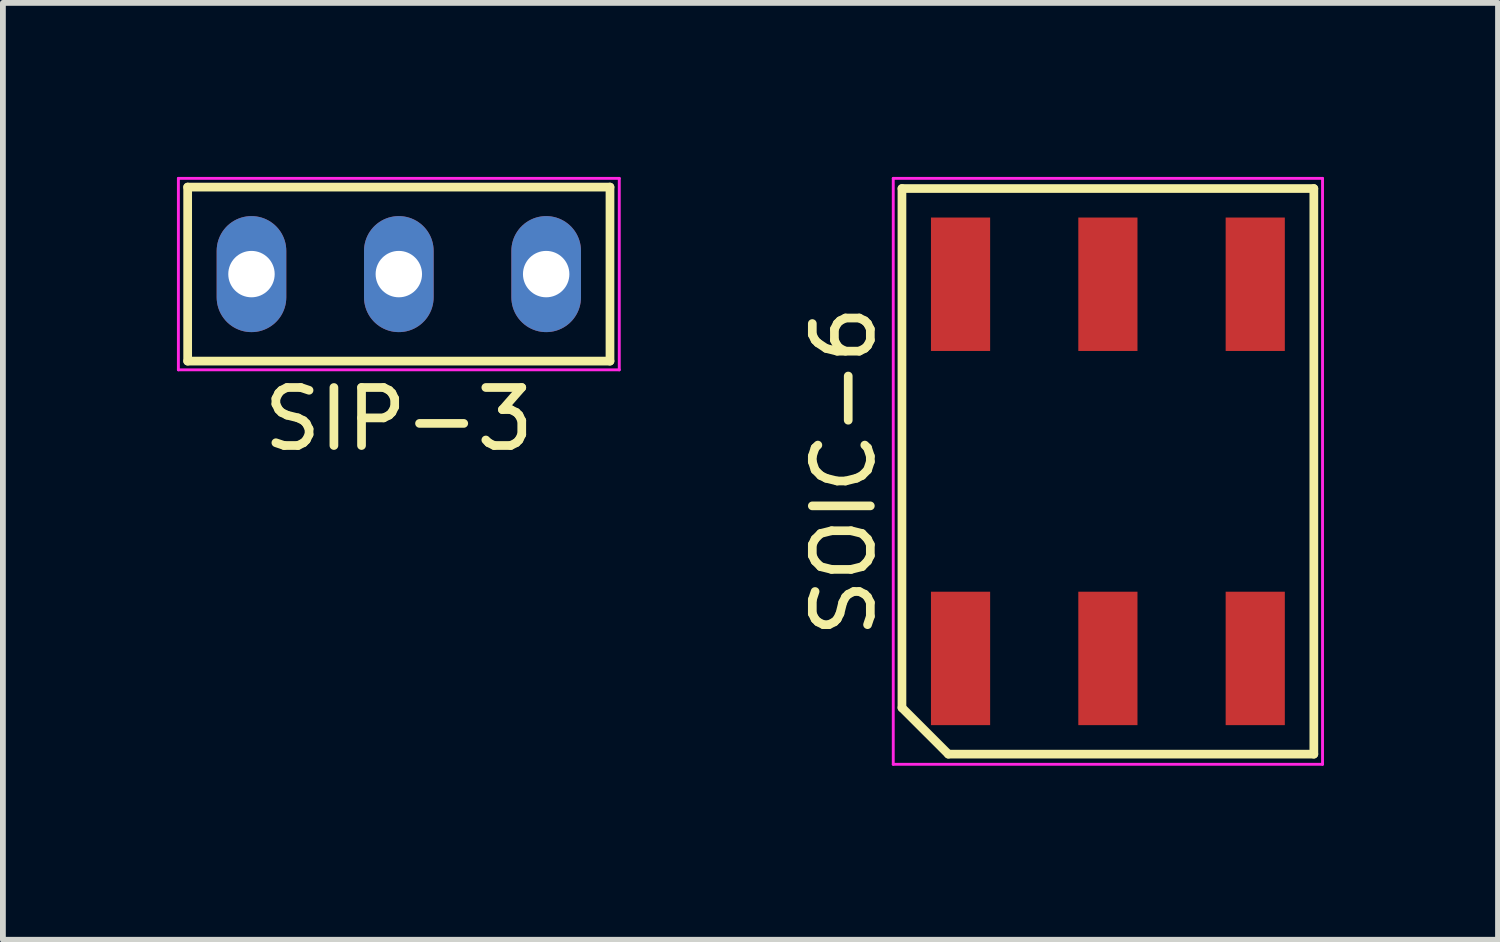
<source format=kicad_pcb>
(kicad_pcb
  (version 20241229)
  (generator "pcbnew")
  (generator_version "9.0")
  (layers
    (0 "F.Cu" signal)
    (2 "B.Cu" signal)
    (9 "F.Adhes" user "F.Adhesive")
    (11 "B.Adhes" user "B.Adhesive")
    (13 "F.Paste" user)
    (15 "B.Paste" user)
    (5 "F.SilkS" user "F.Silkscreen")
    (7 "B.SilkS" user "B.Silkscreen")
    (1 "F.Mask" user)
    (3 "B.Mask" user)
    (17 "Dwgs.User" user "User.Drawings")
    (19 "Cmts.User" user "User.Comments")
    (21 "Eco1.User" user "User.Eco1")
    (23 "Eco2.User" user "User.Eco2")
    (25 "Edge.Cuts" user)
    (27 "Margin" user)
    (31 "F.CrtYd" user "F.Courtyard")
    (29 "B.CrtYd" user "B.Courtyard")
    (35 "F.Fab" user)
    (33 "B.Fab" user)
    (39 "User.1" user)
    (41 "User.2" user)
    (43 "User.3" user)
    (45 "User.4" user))
  (footprint "SIP-3"
    (layer "F.Cu")
    (at 3.825 1.675)
    (property "Reference" "SIP-3" (at 0 2.5 0) (layer "F.SilkS") (effects (font (size 1 1) (thickness 0.15))))
    (attr through_hole)
    (fp_line (start -3.64 -1.5) (end 3.64 -1.5) (stroke (width 0.15) (type solid)) (layer "F.SilkS"))
    (fp_line (start -3.64 1.5) (end -3.64 -1.5) (stroke (width 0.15) (type solid)) (layer "F.SilkS"))
    (fp_line (start 3.64 -1.5) (end 3.64 1.5) (stroke (width 0.15) (type solid)) (layer "F.SilkS"))
    (fp_line (start 3.64 1.5) (end -3.64 1.5) (stroke (width 0.15) (type solid)) (layer "F.SilkS"))
    (fp_line (start -3.8 -1.65) (end 3.8 -1.65) (stroke (width 0.05) (type solid)) (layer "F.CrtYd"))
    (fp_line (start -3.8 1.65) (end -3.8 -1.65) (stroke (width 0.05) (type solid)) (layer "F.CrtYd"))
    (fp_line (start 3.8 -1.65) (end 3.8 1.65) (stroke (width 0.05) (type solid)) (layer "F.CrtYd"))
    (fp_line (start 3.8 1.65) (end -3.8 1.65) (stroke (width 0.05) (type solid)) (layer "F.CrtYd"))
    (pad "1" thru_hole oval (at -2.54 0) (size 1.2 2) (drill 0.8) (layers "*.Cu" "*.Mask"))
    (pad "2" thru_hole oval (at 0 0) (size 1.2 2) (drill 0.8) (layers "*.Cu" "*.Mask"))
    (pad "3" thru_hole oval (at 2.54 0) (size 1.2 2) (drill 0.8) (layers "*.Cu" "*.Mask")))
  (footprint "SOIC-6"
    (layer "F.Cu")
    (at 16.048 5.075)
    (property "Reference" "SOIC-6" (at -4.55 0 90) (layer "F.SilkS") (effects (font (size 1 1) (thickness 0.15))))
    (attr smd)
    (fp_line (start -3.55 -4.875) (end 3.55 -4.875) (stroke (width 0.15) (type solid)) (layer "F.SilkS"))
    (fp_line (start -3.55 4.075) (end -3.55 -4.875) (stroke (width 0.15) (type solid)) (layer "F.SilkS"))
    (fp_line (start -2.75 4.875) (end -3.55 4.075) (stroke (width 0.15) (type solid)) (layer "F.SilkS"))
    (fp_line (start 3.55 -4.875) (end 3.55 4.875) (stroke (width 0.15) (type solid)) (layer "F.SilkS"))
    (fp_line (start 3.55 4.875) (end -2.75 4.875) (stroke (width 0.15) (type solid)) (layer "F.SilkS"))
    (fp_line (start -3.7 -5.05) (end 3.7 -5.05) (stroke (width 0.05) (type solid)) (layer "F.CrtYd"))
    (fp_line (start -3.7 5.05) (end -3.7 -5.05) (stroke (width 0.05) (type solid)) (layer "F.CrtYd"))
    (fp_line (start 3.7 -5.05) (end 3.7 5.05) (stroke (width 0.05) (type solid)) (layer "F.CrtYd"))
    (fp_line (start 3.7 5.05) (end -3.7 5.05) (stroke (width 0.05) (type solid)) (layer "F.CrtYd"))
    (pad "1" smd rect (at -2.54 3.225) (size 1.02 2.3) (layers "F.Cu" "F.Mask" "F.Paste"))
    (pad "2" smd rect (at 0 3.225) (size 1.02 2.3) (layers "F.Cu" "F.Mask" "F.Paste"))
    (pad "3" smd rect (at 2.54 3.225) (size 1.02 2.3) (layers "F.Cu" "F.Mask" "F.Paste"))
    (pad "4" smd rect (at 2.54 -3.225) (size 1.02 2.3) (layers "F.Cu" "F.Mask" "F.Paste"))
    (pad "5" smd rect (at 0 -3.225) (size 1.02 2.3) (layers "F.Cu" "F.Mask" "F.Paste"))
    (pad "6" smd rect (at -2.54 -3.225) (size 1.02 2.3) (layers "F.Cu" "F.Mask" "F.Paste")))
  (gr_rect
    (start -3 -3)
    (end 22.773 13.15)
    (stroke (width 0.1) (type default))
    (fill no)
    (layer "Edge.Cuts")))
</source>
